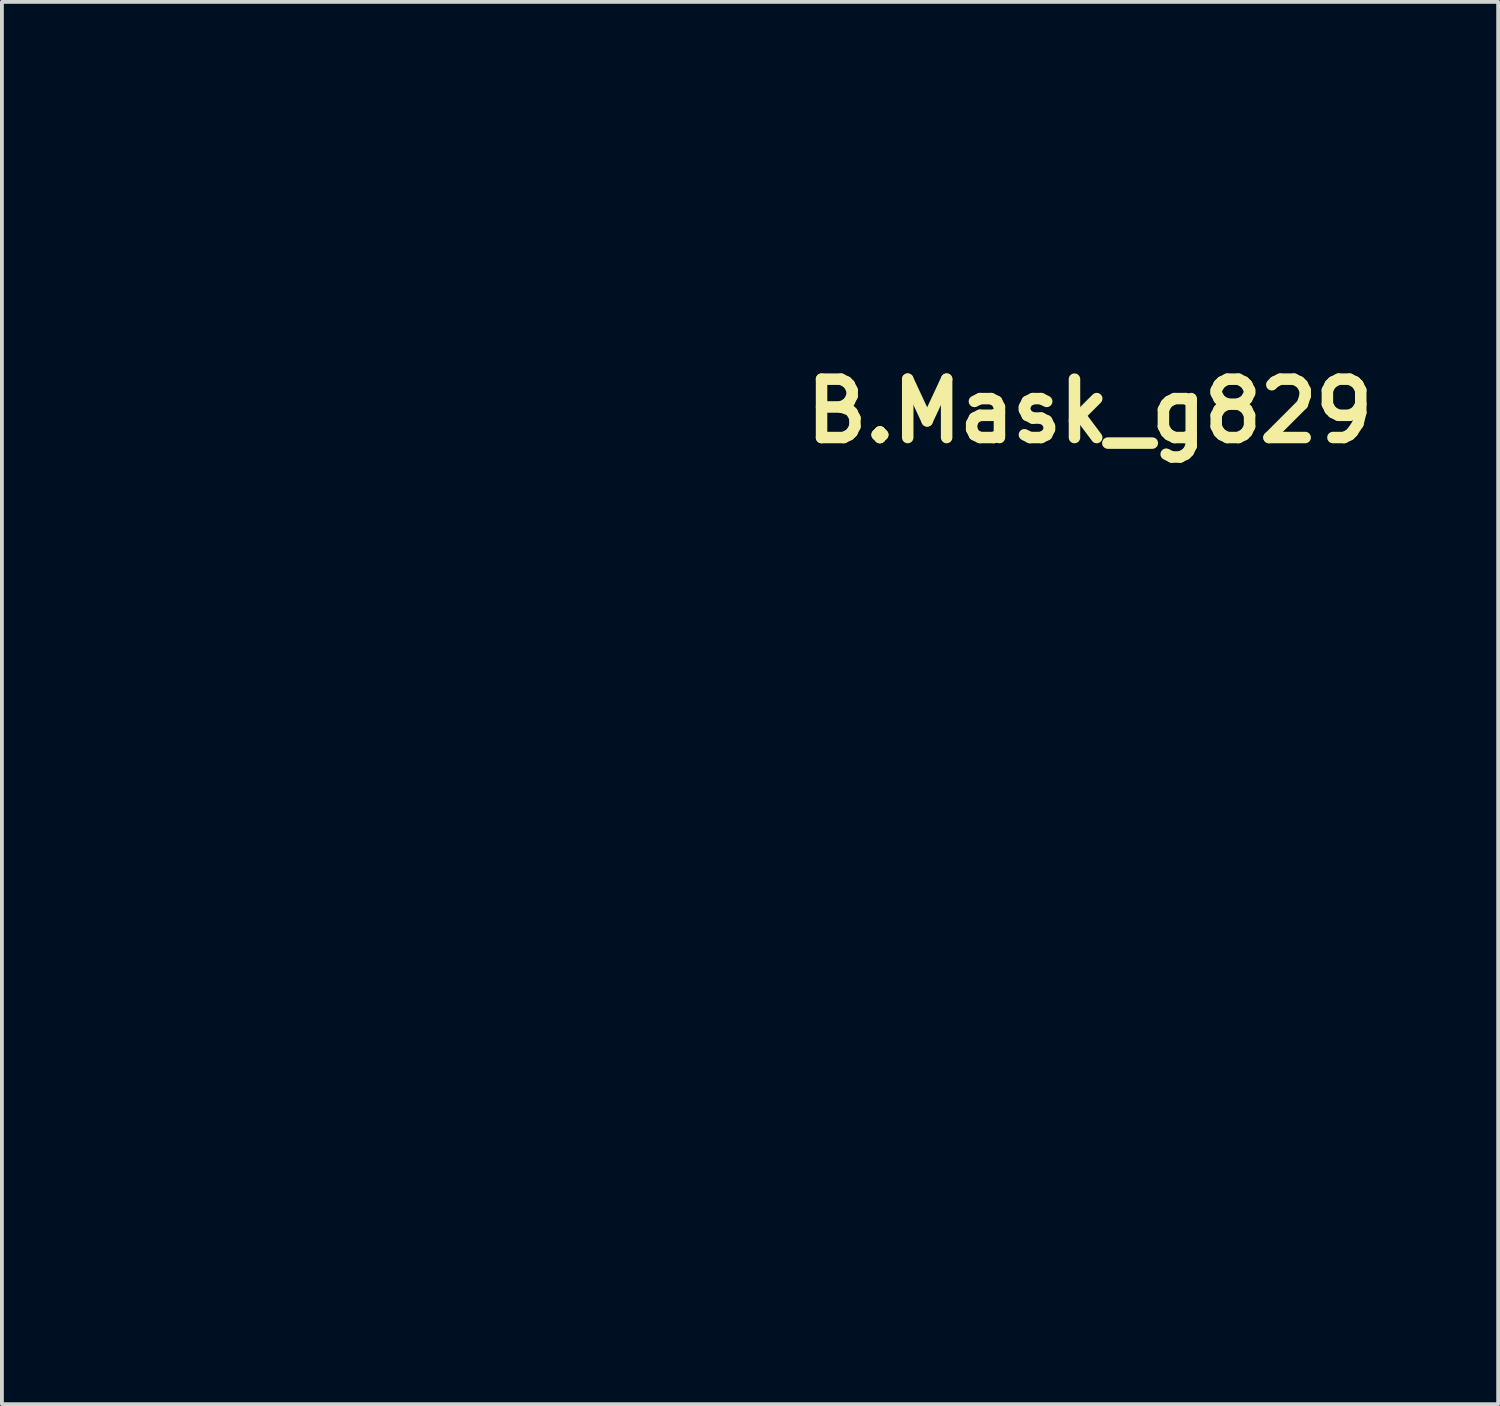
<source format=kicad_pcb>
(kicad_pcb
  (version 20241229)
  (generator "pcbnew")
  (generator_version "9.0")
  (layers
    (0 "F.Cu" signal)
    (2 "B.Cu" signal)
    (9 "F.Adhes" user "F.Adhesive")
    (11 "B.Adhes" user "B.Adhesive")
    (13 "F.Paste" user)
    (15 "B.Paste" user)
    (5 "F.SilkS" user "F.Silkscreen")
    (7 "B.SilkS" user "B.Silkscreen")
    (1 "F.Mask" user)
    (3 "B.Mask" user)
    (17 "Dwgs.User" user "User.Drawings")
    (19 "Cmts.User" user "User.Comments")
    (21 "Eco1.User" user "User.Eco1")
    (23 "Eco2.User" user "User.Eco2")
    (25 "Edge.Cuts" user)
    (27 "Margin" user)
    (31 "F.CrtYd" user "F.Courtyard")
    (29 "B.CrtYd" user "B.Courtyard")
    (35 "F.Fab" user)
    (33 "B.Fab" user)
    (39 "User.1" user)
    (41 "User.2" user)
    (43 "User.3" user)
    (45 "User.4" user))
  (footprint "B.Mask_g829"
    (layer "F.Cu")
    (at 25.405 7.685)
    (property "Reference" "B.Mask_g829" (at 0 0 0) (layer "F.SilkS") (effects (font (size 1.524 1.524) (thickness 0.3))))
    (attr through_hole)
    (fp_poly (pts (xy -6.493 -7.68) (xy -6.487 -7.68) (xy -6.381 -7.673) (xy -8.385 -1.492) (xy -8.546 -0.996) (xy -8.704 -0.51) (xy -8.857 -0.036) (xy -9.006 0.424) (xy -9.15 0.87) (xy -9.289 1.299) (xy -9.421 1.709) (xy -9.547 2.101) (xy -9.667 2.47) (xy -9.778 2.818) (xy -9.882 3.14) (xy -9.977 3.437) (xy -10.063 3.707) (xy -10.14 3.948) (xy -10.207 4.158) (xy -10.264 4.336) (xy -10.309 4.481) (xy -10.343 4.591) (xy -10.366 4.664) (xy -10.375 4.698) (xy -10.376 4.701) (xy -10.358 4.715) (xy -10.307 4.752) (xy -10.224 4.812) (xy -10.111 4.894) (xy -9.969 4.997) (xy -9.799 5.121) (xy -9.603 5.263) (xy -9.382 5.424) (xy -9.137 5.601) (xy -8.87 5.796) (xy -8.581 6.005) (xy -8.273 6.229) (xy -7.947 6.466) (xy -7.603 6.715) (xy -7.243 6.976) (xy -6.869 7.248) (xy -6.482 7.529) (xy -6.082 7.819) (xy -5.672 8.116) (xy -5.253 8.42) (xy -5.117 8.519) (xy -4.695 8.825) (xy -4.283 9.125) (xy -3.88 9.417) (xy -3.489 9.701) (xy -3.111 9.976) (xy -2.747 10.24) (xy -2.399 10.494) (xy -2.067 10.735) (xy -1.753 10.963) (xy -1.459 11.178) (xy -1.186 11.377) (xy -0.935 11.56) (xy -0.707 11.727) (xy -0.503 11.875) (xy -0.326 12.005) (xy -0.176 12.115) (xy -0.054 12.205) (xy 0.037 12.272) (xy 0.097 12.317) (xy 0.125 12.339) (xy 0.127 12.34) (xy 0.11 12.353) (xy 0.058 12.388) (xy -0.025 12.445) (xy -0.14 12.523) (xy -0.285 12.62) (xy -0.458 12.737) (xy -0.658 12.872) (xy -0.883 13.024) (xy -1.133 13.192) (xy -1.406 13.375) (xy -1.701 13.573) (xy -2.016 13.785) (xy -2.35 14.009) (xy -2.701 14.245) (xy -3.069 14.491) (xy -3.451 14.748) (xy -3.847 15.013) (xy -4.256 15.287) (xy -4.674 15.568) (xy -5.103 15.855) (xy -5.539 16.148) (xy -5.982 16.445) (xy -6.431 16.745) (xy -6.883 17.048) (xy -7.338 17.353) (xy -7.795 17.659) (xy -8.251 17.965) (xy -8.706 18.269) (xy -9.158 18.572) (xy -9.606 18.872) (xy -10.049 19.168) (xy -10.484 19.46) (xy -10.912 19.746) (xy -11.33 20.026) (xy -11.737 20.298) (xy -12.131 20.562) (xy -12.513 20.817) (xy -12.879 21.062) (xy -13.228 21.296) (xy -13.561 21.518) (xy -13.874 21.727) (xy -14.166 21.922) (xy -14.437 22.103) (xy -14.685 22.268) (xy -14.908 22.417) (xy -15.106 22.549) (xy -15.276 22.662) (xy -15.418 22.756) (xy -15.53 22.83) (xy -15.61 22.884) (xy -15.658 22.915) (xy -15.672 22.924) (xy -15.684 22.907) (xy -15.684 22.903) (xy -15.679 22.881) (xy -15.662 22.82) (xy -15.634 22.721) (xy -15.596 22.585) (xy -15.548 22.413) (xy -15.491 22.207) (xy -15.424 21.969) (xy -15.348 21.698) (xy -15.264 21.397) (xy -15.171 21.068) (xy -15.07 20.71) (xy -14.962 20.326) (xy -14.847 19.917) (xy -14.726 19.483) (xy -14.597 19.028) (xy -14.463 18.551) (xy -14.323 18.054) (xy -14.178 17.538) (xy -14.028 17.005) (xy -13.873 16.456) (xy -13.715 15.892) (xy -13.552 15.315) (xy -13.386 14.725) (xy -13.217 14.125) (xy -13.134 13.832) (xy -12.963 13.226) (xy -12.796 12.631) (xy -12.631 12.048) (xy -12.471 11.478) (xy -12.314 10.921) (xy -12.162 10.381) (xy -12.014 9.856) (xy -11.872 9.35) (xy -11.735 8.864) (xy -11.604 8.398) (xy -11.479 7.954) (xy -11.36 7.533) (xy -11.249 7.137) (xy -11.145 6.766) (xy -11.048 6.423) (xy -10.96 6.108) (xy -10.88 5.823) (xy -10.808 5.569) (xy -10.746 5.347) (xy -10.693 5.159) (xy -10.65 5.006) (xy -10.618 4.889) (xy -10.596 4.81) (xy -10.585 4.769) (xy -10.583 4.764) (xy -10.6 4.75) (xy -10.648 4.711) (xy -10.727 4.648) (xy -10.836 4.562) (xy -10.972 4.454) (xy -11.136 4.324) (xy -11.325 4.175) (xy -11.538 4.006) (xy -11.774 3.819) (xy -12.032 3.616) (xy -12.31 3.396) (xy -12.607 3.161) (xy -12.923 2.912) (xy -13.254 2.651) (xy -13.601 2.377) (xy -13.962 2.092) (xy -14.336 1.797) (xy -14.721 1.494) (xy -15.116 1.182) (xy -15.519 0.864) (xy -15.931 0.539) (xy -16.348 0.21) (xy -16.771 -0.123) (xy -17.197 -0.459) (xy -17.625 -0.797) (xy -18.055 -1.135) (xy -18.484 -1.474) (xy -18.912 -1.811) (xy -19.337 -2.146) (xy -19.758 -2.478) (xy -20.174 -2.805) (xy -20.583 -3.127) (xy -20.984 -3.443) (xy -21.376 -3.752) (xy -21.757 -4.052) (xy -22.127 -4.343) (xy -22.484 -4.624) (xy -22.826 -4.893) (xy -23.152 -5.15) (xy -23.462 -5.394) (xy -23.753 -5.623) (xy -24.025 -5.837) (xy -24.276 -6.034) (xy -24.505 -6.214) (xy -24.71 -6.375) (xy -24.891 -6.517) (xy -25.046 -6.639) (xy -25.174 -6.739) (xy -25.273 -6.816) (xy -25.342 -6.87) (xy -25.38 -6.899) (xy -25.387 -6.904) (xy -25.4 -6.925) (xy -25.397 -6.931) (xy -25.376 -6.933) (xy -25.313 -6.936) (xy -25.211 -6.941) (xy -25.071 -6.947) (xy -24.894 -6.955) (xy -24.682 -6.964) (xy -24.436 -6.974) (xy -24.157 -6.986) (xy -23.848 -6.999) (xy -23.509 -7.013) (xy -23.142 -7.028) (xy -22.748 -7.044) (xy -22.328 -7.061) (xy -21.885 -7.079) (xy -21.419 -7.098) (xy -20.932 -7.118) (xy -20.425 -7.138) (xy -19.9 -7.159) (xy -19.358 -7.181) (xy -18.801 -7.203) (xy -18.229 -7.226) (xy -17.645 -7.249) (xy -17.049 -7.272) (xy -16.826 -7.281) (xy -16.218 -7.305) (xy -15.617 -7.329) (xy -15.024 -7.352) (xy -14.442 -7.375) (xy -13.872 -7.398) (xy -13.315 -7.42) (xy -12.772 -7.441) (xy -12.247 -7.462) (xy -11.739 -7.482) (xy -11.252 -7.501) (xy -10.786 -7.52) (xy -10.342 -7.537) (xy -9.923 -7.554) (xy -9.531 -7.57) (xy -9.166 -7.584) (xy -8.83 -7.597) (xy -8.526 -7.609) (xy -8.254 -7.62) (xy -8.016 -7.63) (xy -7.813 -7.638) (xy -7.648 -7.644) (xy -7.522 -7.649) (xy -7.437 -7.653) (xy -7.429 -7.653) (xy -7.241 -7.66) (xy -7.062 -7.667) (xy -6.897 -7.672) (xy -6.753 -7.676) (xy -6.634 -7.679) (xy -6.545 -7.68) (xy -6.493 -7.68)) (stroke (width 0.01) (type solid)) (fill yes) (layer "B.Mask")))
  (gr_rect
    (start -3 -3)
    (end 36.069 33.614)
    (stroke (width 0.1) (type default))
    (fill no)
    (layer "Edge.Cuts")))
</source>
